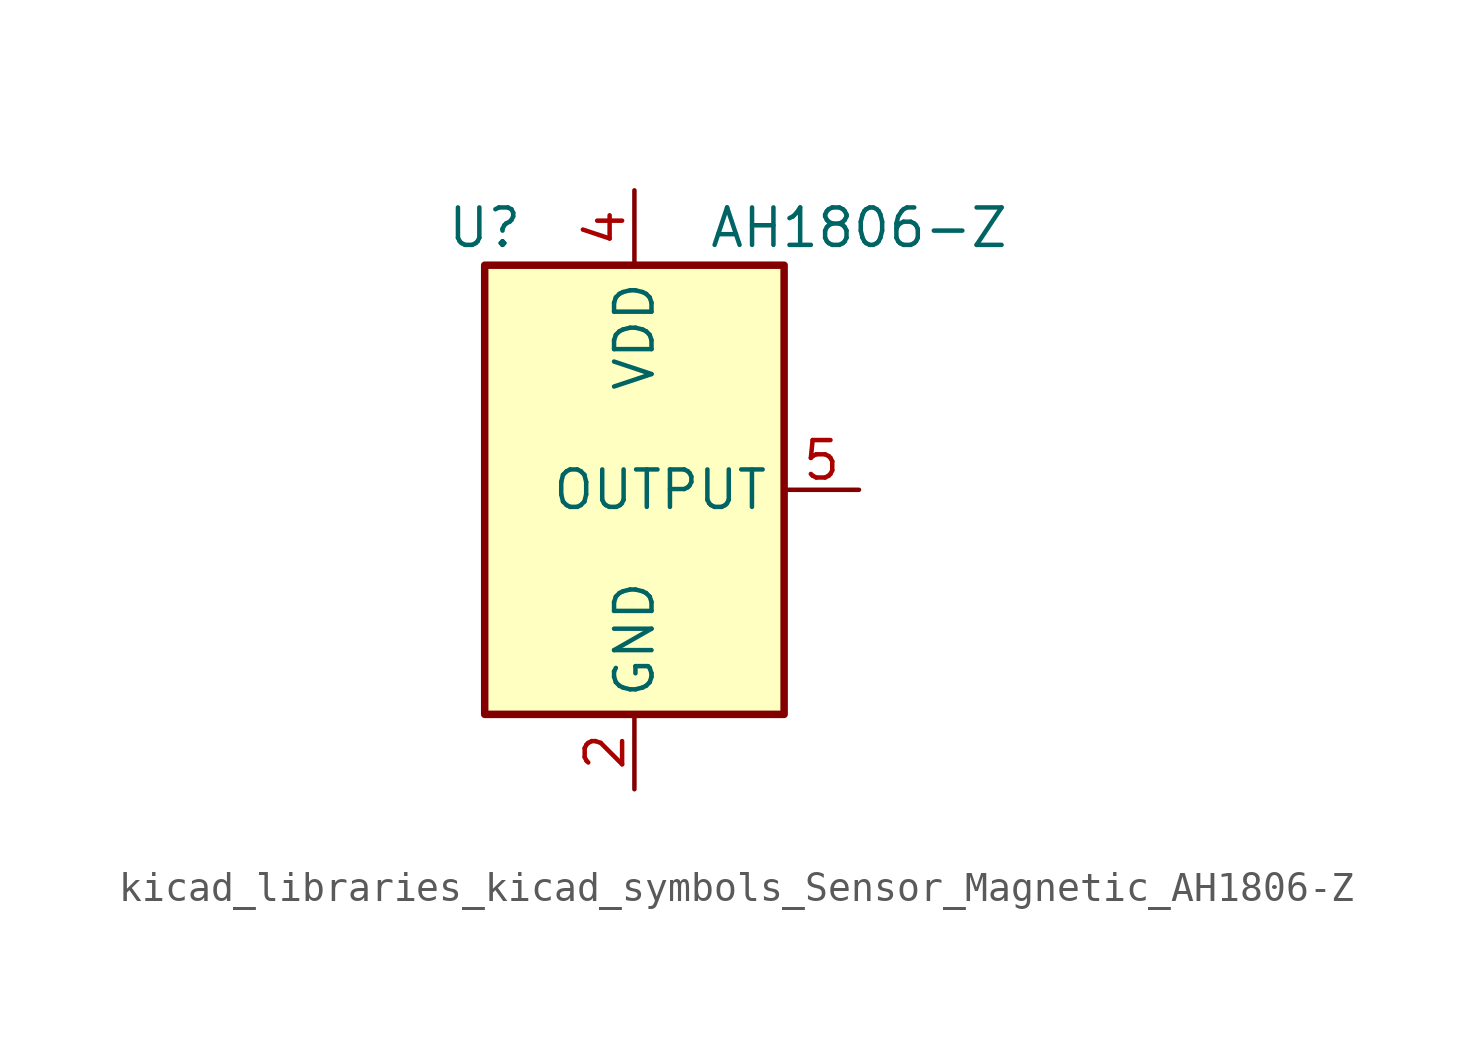
<source format=kicad_sym>
(kicad_symbol_lib
  (version 20220914)
  (generator kicad_symbol_editor)
  (symbol "kicad_libraries_kicad_symbols_Sensor_Magnetic_AH1806-Z"
    (property "Reference" "U"
      (at -5.08 8.89 0)
      (effects (font (size 1.27 1.27))))
    (property "Value" "AH1806-Z"
      (at 7.62 8.89 0)
      (effects (font (size 1.27 1.27))))
    (symbol "kicad_libraries_kicad_symbols_Sensor_Magnetic_AH1806-Z_0_1"
      (rectangle (start 5.08 7.62) (end -5.08 -7.62) (stroke (width 0.254) (type default)) (fill (type background))))
    (symbol "kicad_libraries_kicad_symbols_Sensor_Magnetic_AH1806-Z_1_1"
      (pin no_connect line (at 5.08 2.54 180) (length 2.54) hide (name "NC" (effects (font (size 1.27 1.27)))) (number "1" (effects (font (size 1.27 1.27)))))
      (pin power_in line (at 0 -10.16 90) (length 2.54) (name "GND" (effects (font (size 1.27 1.27)))) (number "2" (effects (font (size 1.27 1.27)))))
      (pin no_connect line (at 5.08 -2.54 180) (length 2.54) hide (name "NC" (effects (font (size 1.27 1.27)))) (number "3" (effects (font (size 1.27 1.27)))))
      (pin power_in line (at 0 10.16 270) (length 2.54) (name "VDD" (effects (font (size 1.27 1.27)))) (number "4" (effects (font (size 1.27 1.27)))))
      (pin open_collector line (at 7.62 0 180) (length 2.54) (name "OUTPUT" (effects (font (size 1.27 1.27)))) (number "5" (effects (font (size 1.27 1.27))))))))
</source>
